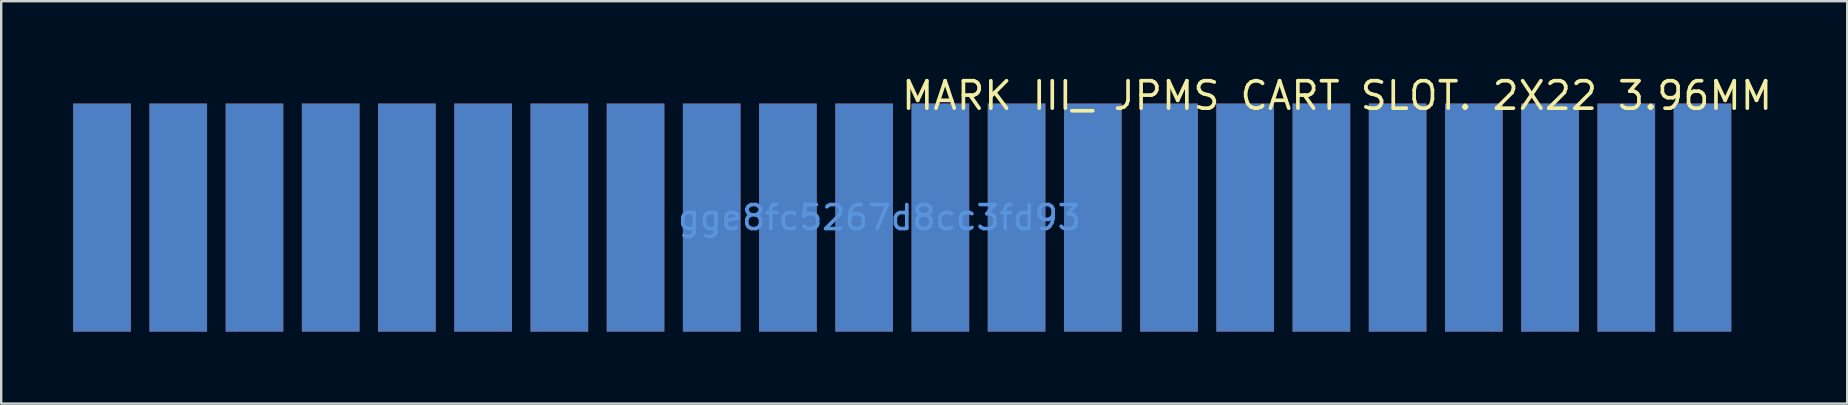
<source format=kicad_pcb>
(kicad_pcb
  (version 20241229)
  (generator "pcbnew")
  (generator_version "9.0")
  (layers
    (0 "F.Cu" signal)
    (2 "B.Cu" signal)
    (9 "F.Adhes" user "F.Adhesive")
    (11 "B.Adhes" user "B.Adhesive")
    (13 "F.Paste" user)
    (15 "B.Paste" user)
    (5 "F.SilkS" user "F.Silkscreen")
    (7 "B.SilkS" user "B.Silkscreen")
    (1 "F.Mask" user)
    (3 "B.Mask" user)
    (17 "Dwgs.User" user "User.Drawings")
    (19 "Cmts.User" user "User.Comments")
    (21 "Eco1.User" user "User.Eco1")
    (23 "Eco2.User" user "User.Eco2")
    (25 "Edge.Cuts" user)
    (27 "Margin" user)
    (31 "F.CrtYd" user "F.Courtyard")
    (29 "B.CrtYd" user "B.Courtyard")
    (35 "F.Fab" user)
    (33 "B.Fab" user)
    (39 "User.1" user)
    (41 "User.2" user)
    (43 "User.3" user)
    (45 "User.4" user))
  (footprint "MARK III_ JPMS CART SLOT. 2X22 3.96MM"
    (layer "F.Cu")
    (at 33.585 6.015)
    (property "Reference" "MARK III_ JPMS CART SLOT. 2X22 3.96MM" (at 0.843 -5.08 0) (layer "F.SilkS") (effects (font (size 1.143 1.143) (thickness 0.152)) (justify left)))
    (attr smd)
    (fp_text user "gge8fc5267d8cc3fd93" (at 0 0 0) (layer "Cmts.User") (effects (font (size 1 1) (thickness 0.15))))
    (pad "A1" smd rect (at -32.384 0 180) (size 2.4 9.5) (layers "F.Cu" "F.Mask" "F.Paste"))
    (pad "A2" smd rect (at -29.209 0 180) (size 2.4 9.5) (layers "F.Cu" "F.Mask" "F.Paste"))
    (pad "A3" smd rect (at -26.033 0 180) (size 2.4 9.5) (layers "F.Cu" "F.Mask" "F.Paste"))
    (pad "A4" smd rect (at -22.858 0 180) (size 2.4 9.5) (layers "F.Cu" "F.Mask" "F.Paste"))
    (pad "A5" smd rect (at -19.683 0 180) (size 2.4 9.5) (layers "F.Cu" "F.Mask" "F.Paste"))
    (pad "A6" smd rect (at -16.508 0 180) (size 2.4 9.5) (layers "F.Cu" "F.Mask" "F.Paste"))
    (pad "A7" smd rect (at -13.332 0 180) (size 2.4 9.5) (layers "F.Cu" "F.Mask" "F.Paste"))
    (pad "A8" smd rect (at -10.159 0 180) (size 2.4 9.5) (layers "F.Cu" "F.Mask" "F.Paste"))
    (pad "A9" smd rect (at -6.985 0 180) (size 2.4 9.5) (layers "F.Cu" "F.Mask" "F.Paste"))
    (pad "A10" smd rect (at -3.809 0 180) (size 2.4 9.5) (layers "F.Cu" "F.Mask" "F.Paste"))
    (pad "A11" smd rect (at -0.634 0 180) (size 2.4 9.5) (layers "F.Cu" "F.Mask" "F.Paste"))
    (pad "A12" smd rect (at 2.541 0 180) (size 2.4 9.5) (layers "F.Cu" "F.Mask" "F.Paste"))
    (pad "A13" smd rect (at 5.716 0 180) (size 2.4 9.5) (layers "F.Cu" "F.Mask" "F.Paste"))
    (pad "A14" smd rect (at 8.892 0 180) (size 2.4 9.5) (layers "F.Cu" "F.Mask" "F.Paste"))
    (pad "A15" smd rect (at 12.067 0 180) (size 2.4 9.5) (layers "F.Cu" "F.Mask" "F.Paste"))
    (pad "A16" smd rect (at 15.241 0 180) (size 2.4 9.5) (layers "F.Cu" "F.Mask" "F.Paste"))
    (pad "A17" smd rect (at 18.415 0 180) (size 2.4 9.5) (layers "F.Cu" "F.Mask" "F.Paste"))
    (pad "A18" smd rect (at 21.59 0 180) (size 2.4 9.5) (layers "F.Cu" "F.Mask" "F.Paste"))
    (pad "A19" smd rect (at 24.765 0 180) (size 2.4 9.5) (layers "F.Cu" "F.Mask" "F.Paste"))
    (pad "A20" smd rect (at 27.941 0 180) (size 2.4 9.5) (layers "F.Cu" "F.Mask" "F.Paste"))
    (pad "A21" smd rect (at 31.116 0 180) (size 2.4 9.5) (layers "F.Cu" "F.Mask" "F.Paste"))
    (pad "A22" smd rect (at 34.291 0 180) (size 2.4 9.5) (layers "F.Cu" "F.Mask" "F.Paste"))
    (pad "B1" smd rect (at -32.385 0 180) (size 2.4 9.5) (layers "B.Cu" "B.Mask" "B.Paste"))
    (pad "B2" smd rect (at -29.21 0 180) (size 2.4 9.5) (layers "B.Cu" "B.Mask" "B.Paste"))
    (pad "B3" smd rect (at -26.034 0 180) (size 2.4 9.5) (layers "B.Cu" "B.Mask" "B.Paste"))
    (pad "B4" smd rect (at -22.859 0 180) (size 2.4 9.5) (layers "B.Cu" "B.Mask" "B.Paste"))
    (pad "B5" smd rect (at -19.684 0 180) (size 2.4 9.5) (layers "B.Cu" "B.Mask" "B.Paste"))
    (pad "B6" smd rect (at -16.509 0 180) (size 2.4 9.5) (layers "B.Cu" "B.Mask" "B.Paste"))
    (pad "B7" smd rect (at -13.333 0 180) (size 2.4 9.5) (layers "B.Cu" "B.Mask" "B.Paste"))
    (pad "B8" smd rect (at -10.159 0 180) (size 2.4 9.5) (layers "B.Cu" "B.Mask" "B.Paste"))
    (pad "B9" smd rect (at -6.986 0 180) (size 2.4 9.5) (layers "B.Cu" "B.Mask" "B.Paste"))
    (pad "B10" smd rect (at -3.81 0 180) (size 2.4 9.5) (layers "B.Cu" "B.Mask" "B.Paste"))
    (pad "B11" smd rect (at -0.635 0 180) (size 2.4 9.5) (layers "B.Cu" "B.Mask" "B.Paste"))
    (pad "B12" smd rect (at 2.54 0 180) (size 2.4 9.5) (layers "B.Cu" "B.Mask" "B.Paste"))
    (pad "B13" smd rect (at 5.715 0 180) (size 2.4 9.5) (layers "B.Cu" "B.Mask" "B.Paste"))
    (pad "B14" smd rect (at 8.891 0 180) (size 2.4 9.5) (layers "B.Cu" "B.Mask" "B.Paste"))
    (pad "B15" smd rect (at 12.066 0 180) (size 2.4 9.5) (layers "B.Cu" "B.Mask" "B.Paste"))
    (pad "B16" smd rect (at 15.24 0 180) (size 2.4 9.5) (layers "B.Cu" "B.Mask" "B.Paste"))
    (pad "B17" smd rect (at 18.414 0 180) (size 2.4 9.5) (layers "B.Cu" "B.Mask" "B.Paste"))
    (pad "B18" smd rect (at 21.589 0 180) (size 2.4 9.5) (layers "B.Cu" "B.Mask" "B.Paste"))
    (pad "B19" smd rect (at 24.764 0 180) (size 2.4 9.5) (layers "B.Cu" "B.Mask" "B.Paste"))
    (pad "B20" smd rect (at 27.939 0 180) (size 2.4 9.5) (layers "B.Cu" "B.Mask" "B.Paste"))
    (pad "B21" smd rect (at 31.115 0 180) (size 2.4 9.5) (layers "B.Cu" "B.Mask" "B.Paste"))
    (pad "B22" smd rect (at 34.29 0 180) (size 2.4 9.5) (layers "B.Cu" "B.Mask" "B.Paste")))
  (gr_rect
    (start -3 -3)
    (end 73.905 13.765)
    (stroke (width 0.1) (type default))
    (fill no)
    (layer "Edge.Cuts")))
</source>
